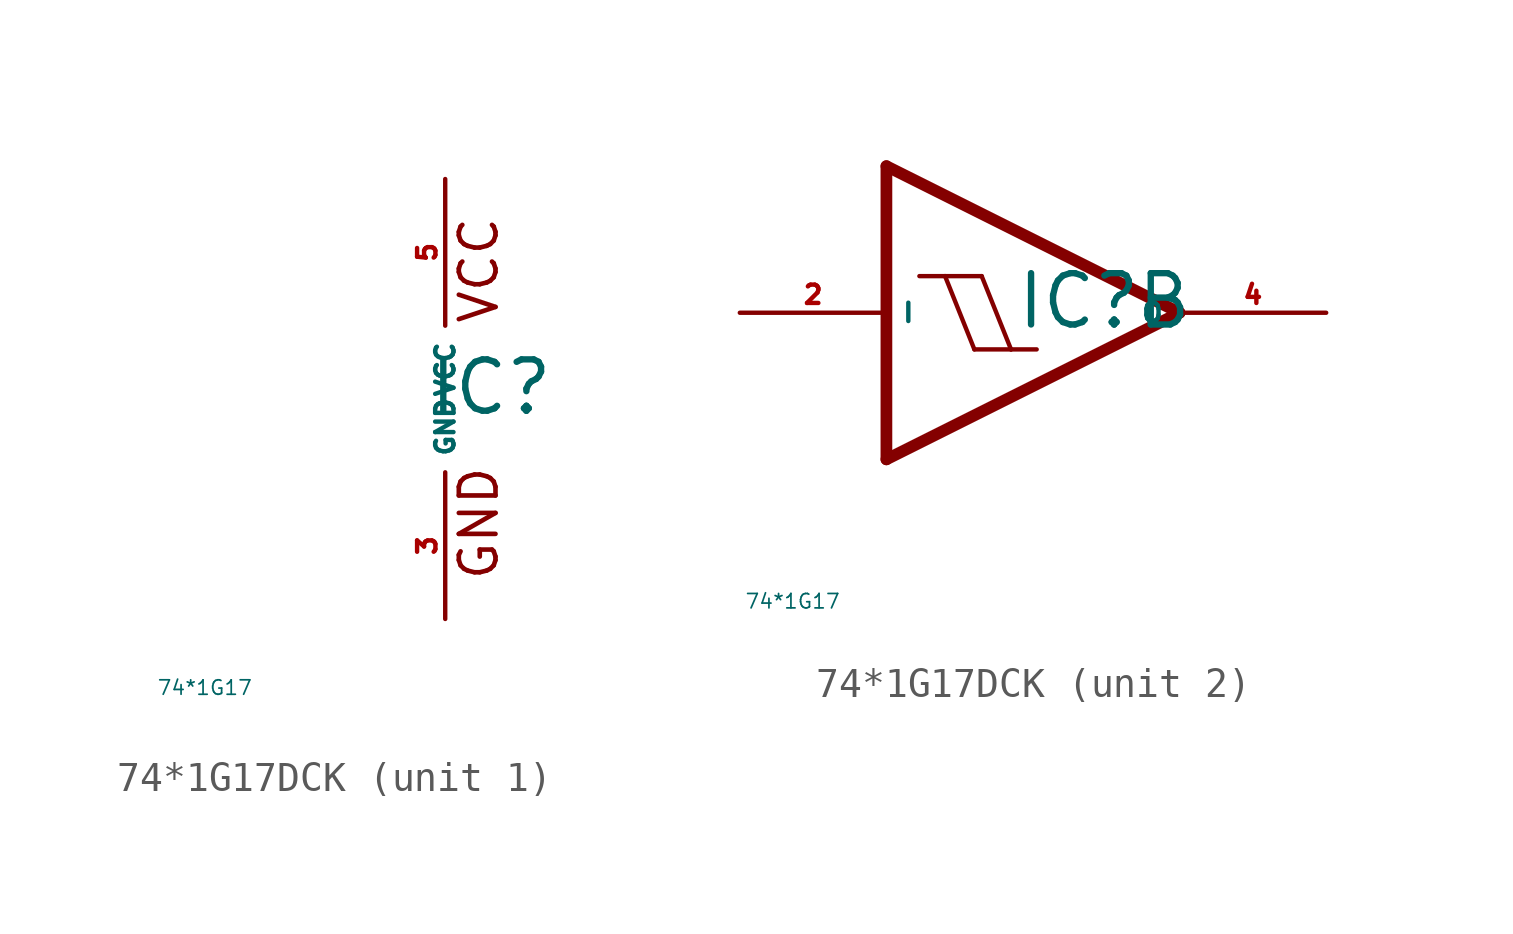
<source format=kicad_sym>
(kicad_symbol_lib
  (version 20220914)
  (generator Eagle2Kicad)
  (symbol "74*1G17DCK"
    (property "Reference" "IC"
      (at -0.635 -0.635 0)
      (effects (font (size 1.778 1.778) (thickness 0.22)) (justify left bottom)))
    (property "Value" "74*1G17"
      (at -10 -10 0)
      (effects (font (size 0.5 0.5) (thickness 0.06)) (justify left)))
    (symbol "74*1G17DCK_1_0"
      (text "GND" (at 1.905 -6.35 900) (effects (font (size 1.27 1.27) (thickness 0.16)) (justify left bottom)))
      (text "VCC" (at 1.905 2.54 900) (effects (font (size 1.27 1.27) (thickness 0.16)) (justify left bottom)))
      (pin unspecified line (at 0 -7.62 90) (length 5.08) (name "GND" (effects (font (size 0.635 0.635) (thickness 0.08)) (justify left bottom))) (number "3" (effects (font (size 0.635 0.635) (thickness 0.08)) (justify left bottom))))
      (pin unspecified line (at 0 7.62 270) (length 5.08) (name "VCC" (effects (font (size 0.635 0.635) (thickness 0.08)) (justify left bottom))) (number "5" (effects (font (size 0.635 0.635) (thickness 0.08)) (justify left bottom)))))
    (symbol "74*1G17DCK_2_0"
      (polyline (pts (xy -5.08 5.08) (xy 5.08 0)) (stroke (width 0.406) (type default)) (fill (type none)))
      (polyline (pts (xy 5.08 0) (xy -5.08 -5.08)) (stroke (width 0.406) (type default)) (fill (type none)))
      (polyline (pts (xy -5.08 -5.08) (xy -5.08 5.08)) (stroke (width 0.406) (type default)) (fill (type none)))
      (polyline (pts (xy -0.762 -1.27) (xy -1.778 1.27)) (stroke (width 0.152) (type default)) (fill (type none)))
      (polyline (pts (xy -2.032 -1.27) (xy -3.048 1.27)) (stroke (width 0.152) (type default)) (fill (type none)))
      (polyline (pts (xy -2.032 -1.27) (xy -0.762 -1.27)) (stroke (width 0.152) (type default)) (fill (type none)))
      (polyline (pts (xy -0.762 -1.27) (xy 0.127 -1.27)) (stroke (width 0.152) (type default)) (fill (type none)))
      (polyline (pts (xy -3.937 1.27) (xy -3.048 1.27)) (stroke (width 0.152) (type default)) (fill (type none)))
      (polyline (pts (xy -3.048 1.27) (xy -1.778 1.27)) (stroke (width 0.152) (type default)) (fill (type none)))
      (pin input line (at -10.16 0 0) (length 5.08) (name "I" (effects (font (size 0.635 0.635) (thickness 0.08)) (justify left bottom))) (number "2" (effects (font (size 0.635 0.635) (thickness 0.08)) (justify left bottom))))
      (pin output line (at 10.16 0 180) (length 5.08) (name "O" (effects (font (size 0.635 0.635) (thickness 0.08)) (justify left bottom))) (number "4" (effects (font (size 0.635 0.635) (thickness 0.08)) (justify left bottom)))))))
</source>
